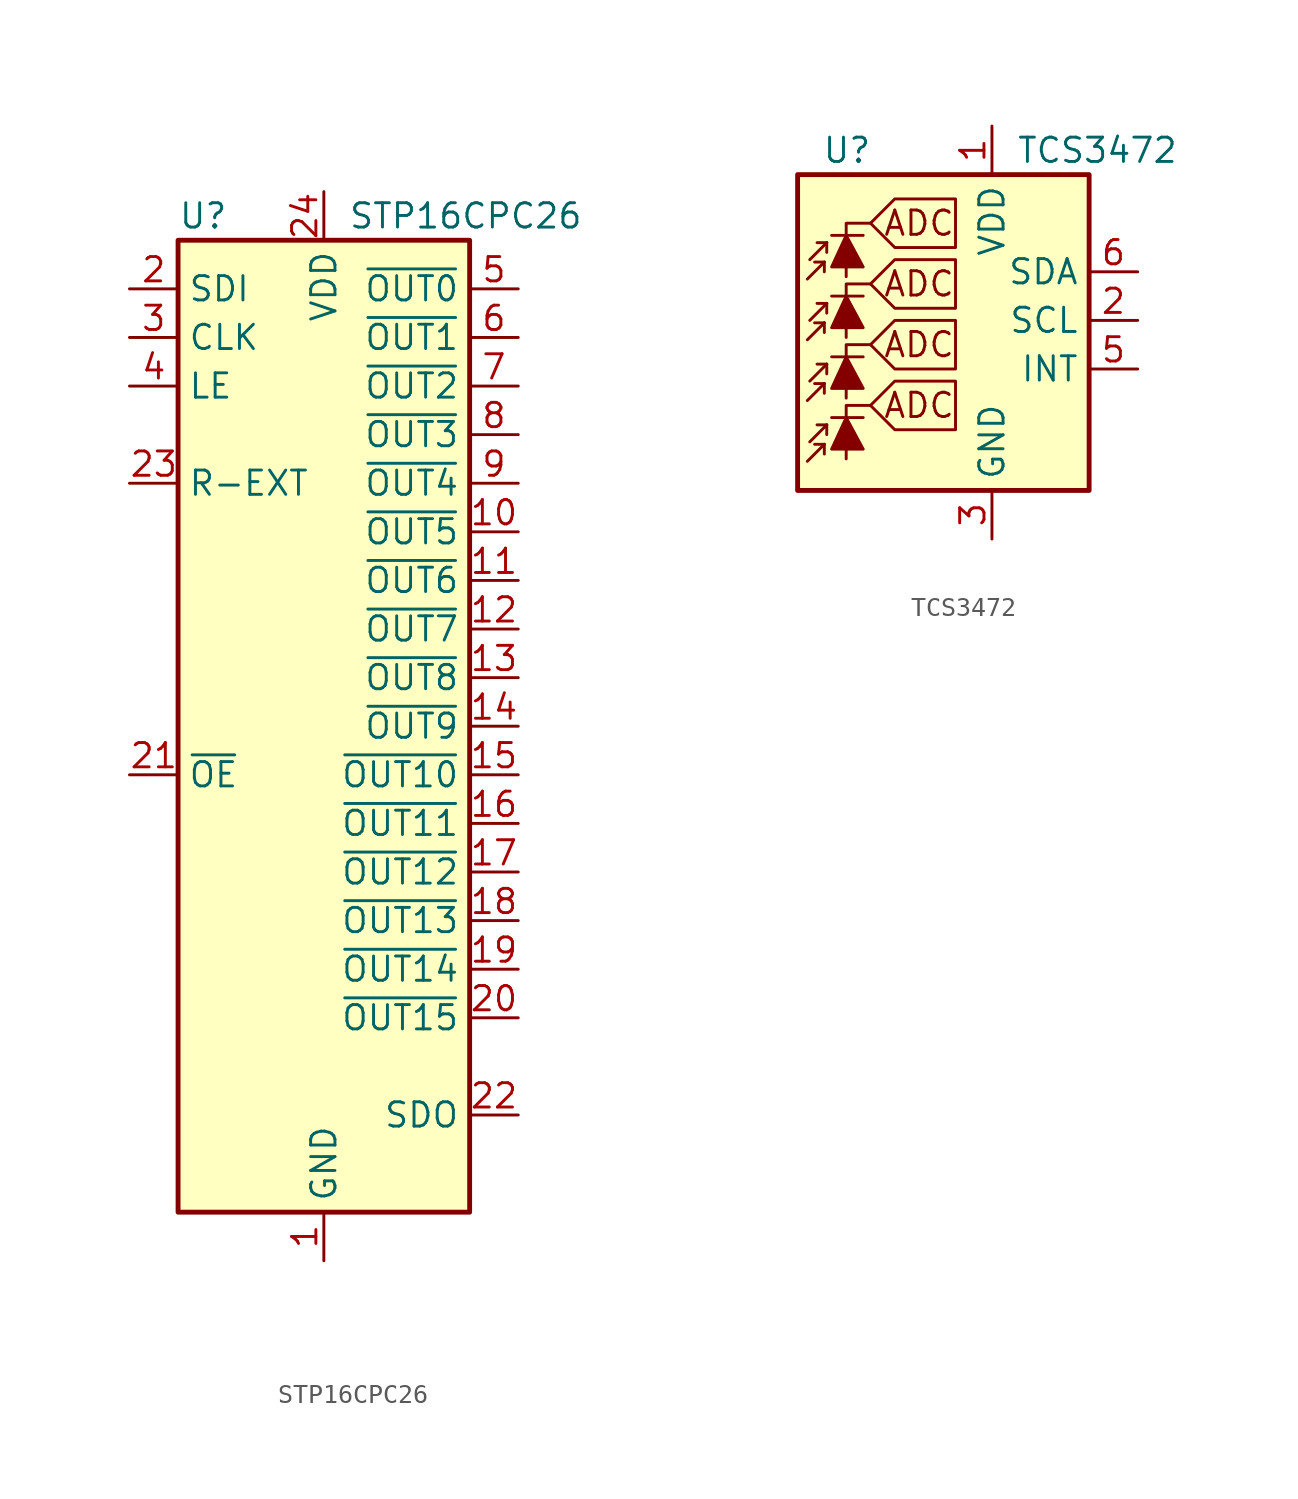
<source format=kicad_sym>
(kicad_symbol_lib
  (version 20211014)
  (generator kicad_symbol_editor)
  (symbol "STP16CPC26"
    (property "Reference" "U"
      (at -7.62 26.67 0)
      (effects (font (size 1.27 1.27)) (justify left)))
    (property "Value" "STP16CPC26"
      (at 1.27 26.67 0)
      (effects (font (size 1.27 1.27)) (justify left)))
    (symbol "STP16CPC26_0_1"
      (rectangle (start -7.62 25.4) (end 7.62 -25.4) (stroke (width 0.254) (type default) (color 0 0 0 0)) (fill (type background))))
    (symbol "STP16CPC26_1_1"
      (pin power_in line (at 0 -27.94 90) (length 2.54) (name "GND" (effects (font (size 1.27 1.27)))) (number "1" (effects (font (size 1.27 1.27)))))
      (pin output line (at 10.16 10.16 180) (length 2.54) (name "~{OUT5}" (effects (font (size 1.27 1.27)))) (number "10" (effects (font (size 1.27 1.27)))))
      (pin output line (at 10.16 7.62 180) (length 2.54) (name "~{OUT6}" (effects (font (size 1.27 1.27)))) (number "11" (effects (font (size 1.27 1.27)))))
      (pin output line (at 10.16 5.08 180) (length 2.54) (name "~{OUT7}" (effects (font (size 1.27 1.27)))) (number "12" (effects (font (size 1.27 1.27)))))
      (pin output line (at 10.16 2.54 180) (length 2.54) (name "~{OUT8}" (effects (font (size 1.27 1.27)))) (number "13" (effects (font (size 1.27 1.27)))))
      (pin output line (at 10.16 0 180) (length 2.54) (name "~{OUT9}" (effects (font (size 1.27 1.27)))) (number "14" (effects (font (size 1.27 1.27)))))
      (pin output line (at 10.16 -2.54 180) (length 2.54) (name "~{OUT10}" (effects (font (size 1.27 1.27)))) (number "15" (effects (font (size 1.27 1.27)))))
      (pin output line (at 10.16 -5.08 180) (length 2.54) (name "~{OUT11}" (effects (font (size 1.27 1.27)))) (number "16" (effects (font (size 1.27 1.27)))))
      (pin output line (at 10.16 -7.62 180) (length 2.54) (name "~{OUT12}" (effects (font (size 1.27 1.27)))) (number "17" (effects (font (size 1.27 1.27)))))
      (pin output line (at 10.16 -10.16 180) (length 2.54) (name "~{OUT13}" (effects (font (size 1.27 1.27)))) (number "18" (effects (font (size 1.27 1.27)))))
      (pin output line (at 10.16 -12.7 180) (length 2.54) (name "~{OUT14}" (effects (font (size 1.27 1.27)))) (number "19" (effects (font (size 1.27 1.27)))))
      (pin input line (at -10.16 22.86 0) (length 2.54) (name "SDI" (effects (font (size 1.27 1.27)))) (number "2" (effects (font (size 1.27 1.27)))))
      (pin output line (at 10.16 -15.24 180) (length 2.54) (name "~{OUT15}" (effects (font (size 1.27 1.27)))) (number "20" (effects (font (size 1.27 1.27)))))
      (pin input line (at -10.16 -2.54 0) (length 2.54) (name "~{OE}" (effects (font (size 1.27 1.27)))) (number "21" (effects (font (size 1.27 1.27)))))
      (pin output line (at 10.16 -20.32 180) (length 2.54) (name "SDO" (effects (font (size 1.27 1.27)))) (number "22" (effects (font (size 1.27 1.27)))))
      (pin passive line (at -10.16 12.7 0) (length 2.54) (name "R-EXT" (effects (font (size 1.27 1.27)))) (number "23" (effects (font (size 1.27 1.27)))))
      (pin power_in line (at 0 27.94 270) (length 2.54) (name "VDD" (effects (font (size 1.27 1.27)))) (number "24" (effects (font (size 1.27 1.27)))))
      (pin input line (at -10.16 20.32 0) (length 2.54) (name "CLK" (effects (font (size 1.27 1.27)))) (number "3" (effects (font (size 1.27 1.27)))))
      (pin input line (at -10.16 17.78 0) (length 2.54) (name "LE" (effects (font (size 1.27 1.27)))) (number "4" (effects (font (size 1.27 1.27)))))
      (pin output line (at 10.16 22.86 180) (length 2.54) (name "~{OUT0}" (effects (font (size 1.27 1.27)))) (number "5" (effects (font (size 1.27 1.27)))))
      (pin output line (at 10.16 20.32 180) (length 2.54) (name "~{OUT1}" (effects (font (size 1.27 1.27)))) (number "6" (effects (font (size 1.27 1.27)))))
      (pin output line (at 10.16 17.78 180) (length 2.54) (name "~{OUT2}" (effects (font (size 1.27 1.27)))) (number "7" (effects (font (size 1.27 1.27)))))
      (pin output line (at 10.16 15.24 180) (length 2.54) (name "~{OUT3}" (effects (font (size 1.27 1.27)))) (number "8" (effects (font (size 1.27 1.27)))))
      (pin output line (at 10.16 12.7 180) (length 2.54) (name "~{OUT4}" (effects (font (size 1.27 1.27)))) (number "9" (effects (font (size 1.27 1.27)))))))
  (symbol "TCS3472"
    (property "Reference" "U"
      (at -6.35 6.35 0)
      (effects (font (size 1.27 1.27)) (justify left)))
    (property "Value" "TCS3472"
      (at 3.81 6.35 0)
      (effects (font (size 1.27 1.27)) (justify left)))
    (symbol "TCS3472_0_0"
      (polyline (pts (xy -3.81 -6.985) (xy -2.54 -5.715) (xy 0.635 -5.715) (xy 0.635 -8.255) (xy -2.54 -8.255) (xy -3.81 -6.985)) (stroke (width 0) (type default) (color 0 0 0 0)) (fill (type none)))
      (polyline (pts (xy -3.81 -3.81) (xy -2.54 -2.54) (xy 0.635 -2.54) (xy 0.635 -5.08) (xy -2.54 -5.08) (xy -3.81 -3.81)) (stroke (width 0) (type default) (color 0 0 0 0)) (fill (type none)))
      (polyline (pts (xy -3.81 -0.635) (xy -2.54 0.635) (xy 0.635 0.635) (xy 0.635 -1.905) (xy -2.54 -1.905) (xy -3.81 -0.635)) (stroke (width 0) (type default) (color 0 0 0 0)) (fill (type none)))
      (polyline (pts (xy -3.81 2.54) (xy -2.54 3.81) (xy 0.635 3.81) (xy 0.635 1.27) (xy -2.54 1.27) (xy -3.81 2.54)) (stroke (width 0) (type default) (color 0 0 0 0)) (fill (type none)))
      (text "ADC" (at -1.27 -6.985 0) (effects (font (size 1.27 1.27))))
      (text "ADC" (at -1.27 -3.81 0) (effects (font (size 1.27 1.27))))
      (text "ADC" (at -1.27 -0.635 0) (effects (font (size 1.27 1.27))))
      (text "ADC" (at -1.27 2.54 0) (effects (font (size 1.27 1.27)))))
    (symbol "TCS3472_0_1"
      (rectangle (start -7.62 5.08) (end 7.62 -11.43) (stroke (width 0.254) (type default) (color 0 0 0 0)) (fill (type background))))
    (symbol "TCS3472_1_0"
      (polyline (pts (xy -5.08 -9.779) (xy -5.08 -6.985) (xy -3.81 -6.985)) (stroke (width 0) (type default) (color 0 0 0 0)) (fill (type none)))
      (polyline (pts (xy -5.08 -6.604) (xy -5.08 -3.81) (xy -3.81 -3.81)) (stroke (width 0) (type default) (color 0 0 0 0)) (fill (type none)))
      (polyline (pts (xy -5.08 -3.429) (xy -5.08 -0.635) (xy -3.81 -0.635)) (stroke (width 0) (type default) (color 0 0 0 0)) (fill (type none)))
      (polyline (pts (xy -5.08 -0.254) (xy -5.08 2.54) (xy -3.81 2.54)) (stroke (width 0) (type default) (color 0 0 0 0)) (fill (type none))))
    (symbol "TCS3472_1_1"
      (polyline (pts (xy -6.223 -9.017) (xy -7.112 -9.906)) (stroke (width 0) (type default) (color 0 0 0 0)) (fill (type none)))
      (polyline (pts (xy -6.223 -9.017) (xy -6.731 -9.017)) (stroke (width 0) (type default) (color 0 0 0 0)) (fill (type none)))
      (polyline (pts (xy -6.223 -9.017) (xy -6.223 -9.525)) (stroke (width 0) (type default) (color 0 0 0 0)) (fill (type none)))
      (polyline (pts (xy -6.223 -5.842) (xy -7.112 -6.731)) (stroke (width 0) (type default) (color 0 0 0 0)) (fill (type none)))
      (polyline (pts (xy -6.223 -5.842) (xy -6.731 -5.842)) (stroke (width 0) (type default) (color 0 0 0 0)) (fill (type none)))
      (polyline (pts (xy -6.223 -5.842) (xy -6.223 -6.35)) (stroke (width 0) (type default) (color 0 0 0 0)) (fill (type none)))
      (polyline (pts (xy -6.223 -2.667) (xy -7.112 -3.556)) (stroke (width 0) (type default) (color 0 0 0 0)) (fill (type none)))
      (polyline (pts (xy -6.223 -2.667) (xy -6.731 -2.667)) (stroke (width 0) (type default) (color 0 0 0 0)) (fill (type none)))
      (polyline (pts (xy -6.223 -2.667) (xy -6.223 -3.175)) (stroke (width 0) (type default) (color 0 0 0 0)) (fill (type none)))
      (polyline (pts (xy -6.223 0.508) (xy -7.112 -0.381)) (stroke (width 0) (type default) (color 0 0 0 0)) (fill (type none)))
      (polyline (pts (xy -6.223 0.508) (xy -6.731 0.508)) (stroke (width 0) (type default) (color 0 0 0 0)) (fill (type none)))
      (polyline (pts (xy -6.223 0.508) (xy -6.223 0)) (stroke (width 0) (type default) (color 0 0 0 0)) (fill (type none)))
      (polyline (pts (xy -6.096 -8.001) (xy -6.985 -8.89)) (stroke (width 0) (type default) (color 0 0 0 0)) (fill (type none)))
      (polyline (pts (xy -6.096 -8.001) (xy -6.604 -8.001)) (stroke (width 0) (type default) (color 0 0 0 0)) (fill (type none)))
      (polyline (pts (xy -6.096 -8.001) (xy -6.096 -8.509)) (stroke (width 0) (type default) (color 0 0 0 0)) (fill (type none)))
      (polyline (pts (xy -6.096 -4.826) (xy -6.985 -5.715)) (stroke (width 0) (type default) (color 0 0 0 0)) (fill (type none)))
      (polyline (pts (xy -6.096 -4.826) (xy -6.604 -4.826)) (stroke (width 0) (type default) (color 0 0 0 0)) (fill (type none)))
      (polyline (pts (xy -6.096 -4.826) (xy -6.096 -5.334)) (stroke (width 0) (type default) (color 0 0 0 0)) (fill (type none)))
      (polyline (pts (xy -6.096 -1.651) (xy -6.985 -2.54)) (stroke (width 0) (type default) (color 0 0 0 0)) (fill (type none)))
      (polyline (pts (xy -6.096 -1.651) (xy -6.604 -1.651)) (stroke (width 0) (type default) (color 0 0 0 0)) (fill (type none)))
      (polyline (pts (xy -6.096 -1.651) (xy -6.096 -2.159)) (stroke (width 0) (type default) (color 0 0 0 0)) (fill (type none)))
      (polyline (pts (xy -6.096 1.524) (xy -6.985 0.635)) (stroke (width 0) (type default) (color 0 0 0 0)) (fill (type none)))
      (polyline (pts (xy -6.096 1.524) (xy -6.604 1.524)) (stroke (width 0) (type default) (color 0 0 0 0)) (fill (type none)))
      (polyline (pts (xy -6.096 1.524) (xy -6.096 1.016)) (stroke (width 0) (type default) (color 0 0 0 0)) (fill (type none)))
      (polyline (pts (xy -5.842 -7.62) (xy -4.191 -7.62)) (stroke (width 0) (type default) (color 0 0 0 0)) (fill (type none)))
      (polyline (pts (xy -5.842 -4.445) (xy -4.191 -4.445)) (stroke (width 0) (type default) (color 0 0 0 0)) (fill (type none)))
      (polyline (pts (xy -5.842 -1.27) (xy -4.191 -1.27)) (stroke (width 0) (type default) (color 0 0 0 0)) (fill (type none)))
      (polyline (pts (xy -5.842 1.905) (xy -4.191 1.905)) (stroke (width 0) (type default) (color 0 0 0 0)) (fill (type none)))
      (polyline (pts (xy -5.842 -9.271) (xy -4.191 -9.271) (xy -5.08 -7.62) (xy -5.842 -9.271)) (stroke (width 0) (type default) (color 0 0 0 0)) (fill (type outline)))
      (polyline (pts (xy -5.842 -6.096) (xy -4.191 -6.096) (xy -5.08 -4.445) (xy -5.842 -6.096)) (stroke (width 0) (type default) (color 0 0 0 0)) (fill (type outline)))
      (polyline (pts (xy -5.842 -2.921) (xy -4.191 -2.921) (xy -5.08 -1.27) (xy -5.842 -2.921)) (stroke (width 0) (type default) (color 0 0 0 0)) (fill (type outline)))
      (polyline (pts (xy -5.842 0.254) (xy -4.191 0.254) (xy -5.08 1.905) (xy -5.842 0.254)) (stroke (width 0) (type default) (color 0 0 0 0)) (fill (type outline)))
      (pin power_in line (at 2.54 7.62 270) (length 2.54) (name "VDD" (effects (font (size 1.27 1.27)))) (number "1" (effects (font (size 1.27 1.27)))))
      (pin input line (at 10.16 -2.54 180) (length 2.54) (name "SCL" (effects (font (size 1.27 1.27)))) (number "2" (effects (font (size 1.27 1.27)))))
      (pin power_in line (at 2.54 -13.97 90) (length 2.54) (name "GND" (effects (font (size 1.27 1.27)))) (number "3" (effects (font (size 1.27 1.27)))))
      (pin no_connect line (at -10.16 3.81 0) (length 2.54) hide (name "NC" (effects (font (size 1.27 1.27)))) (number "4" (effects (font (size 1.27 1.27)))))
      (pin open_collector line (at 10.16 -5.08 180) (length 2.54) (name "INT" (effects (font (size 1.27 1.27)))) (number "5" (effects (font (size 1.27 1.27)))))
      (pin bidirectional line (at 10.16 0 180) (length 2.54) (name "SDA" (effects (font (size 1.27 1.27)))) (number "6" (effects (font (size 1.27 1.27))))))))
</source>
